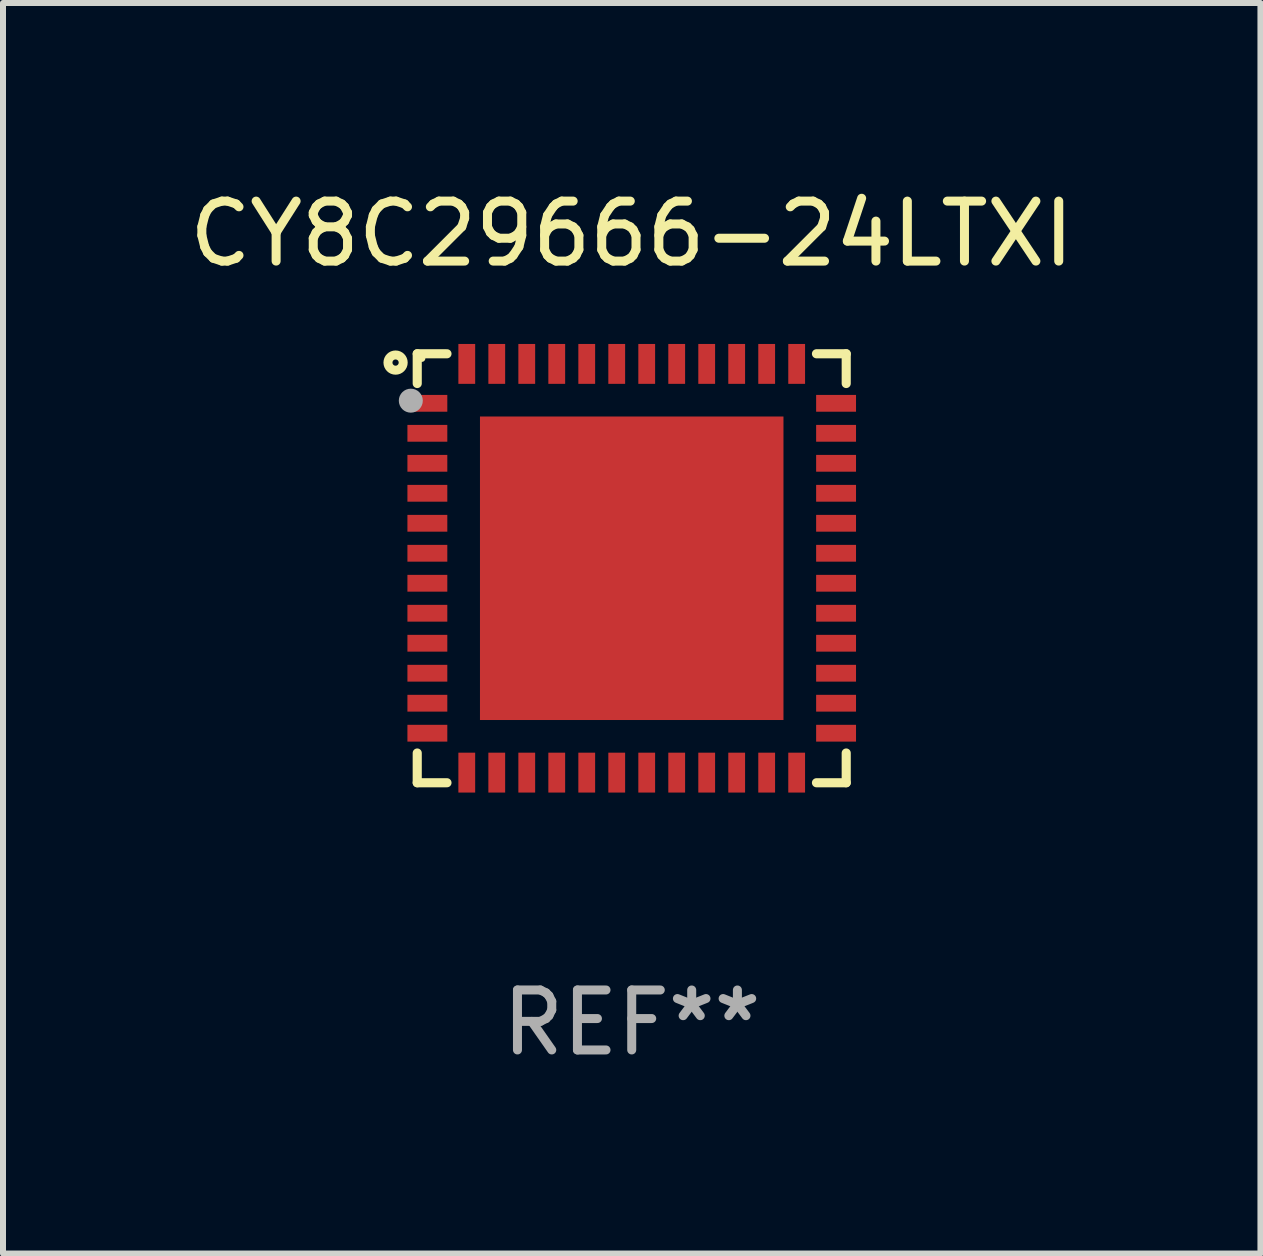
<source format=kicad_pcb>
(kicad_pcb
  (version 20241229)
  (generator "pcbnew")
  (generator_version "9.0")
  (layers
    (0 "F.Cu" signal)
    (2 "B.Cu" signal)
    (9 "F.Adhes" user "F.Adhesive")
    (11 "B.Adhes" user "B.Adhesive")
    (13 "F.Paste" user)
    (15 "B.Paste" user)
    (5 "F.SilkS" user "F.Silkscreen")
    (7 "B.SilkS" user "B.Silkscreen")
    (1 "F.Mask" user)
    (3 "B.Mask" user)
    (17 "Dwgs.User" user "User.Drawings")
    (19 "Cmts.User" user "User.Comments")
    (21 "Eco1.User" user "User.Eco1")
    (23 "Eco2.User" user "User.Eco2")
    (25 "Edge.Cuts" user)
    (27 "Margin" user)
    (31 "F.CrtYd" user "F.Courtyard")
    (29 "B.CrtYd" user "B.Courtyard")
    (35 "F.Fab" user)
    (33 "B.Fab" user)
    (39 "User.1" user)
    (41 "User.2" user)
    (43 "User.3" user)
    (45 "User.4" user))
  (footprint "CY8C29666-24LTXI"
    (layer "F.Cu")
    (at 7.482 6.424)
    (property "Reference" "CY8C29666-24LTXI" (at 0 -5.576 0) (layer "F.SilkS") (effects (font (size 1 1) (thickness 0.15))))
    (attr through_hole)
    (fp_line (start -3.576 -3.576) (end -3.576 -3.08) (stroke (width 0.152) (type solid)) (layer "F.SilkS"))
    (fp_line (start -3.576 3.576) (end -3.576 3.08) (stroke (width 0.152) (type solid)) (layer "F.SilkS"))
    (fp_line (start -3.08 -3.576) (end -3.576 -3.576) (stroke (width 0.152) (type solid)) (layer "F.SilkS"))
    (fp_line (start -3.08 3.576) (end -3.576 3.576) (stroke (width 0.152) (type solid)) (layer "F.SilkS"))
    (fp_line (start 3.08 -3.576) (end 3.576 -3.576) (stroke (width 0.152) (type solid)) (layer "F.SilkS"))
    (fp_line (start 3.08 3.576) (end 3.576 3.576) (stroke (width 0.152) (type solid)) (layer "F.SilkS"))
    (fp_line (start 3.576 -3.576) (end 3.576 -3.08) (stroke (width 0.152) (type solid)) (layer "F.SilkS"))
    (fp_line (start 3.576 3.576) (end 3.576 3.08) (stroke (width 0.152) (type solid)) (layer "F.SilkS"))
    (fp_circle (center -3.937 -3.429) (end -3.81 -3.429) (stroke (width 0.15) (type solid)) (fill no) (layer "F.SilkS"))
    (fp_circle (center -3.5 -3.5) (end -3.47 -3.5) (stroke (width 0.06) (type solid)) (fill no) (layer "F.SilkS"))
    (fp_circle (center -3.683 -2.794) (end -3.583 -2.794) (stroke (width 0.2) (type solid)) (fill no) (layer "F.Fab"))
    (fp_text user "REF**" (at 0 7.576 0) (layer "F.Fab") (effects (font (size 1 1) (thickness 0.15))))
    (pad "1" smd rect (at -3.407 -2.75) (size 0.665 0.28) (layers "F.Cu" "F.Mask" "F.Paste"))
    (pad "2" smd rect (at -3.407 -2.25) (size 0.665 0.28) (layers "F.Cu" "F.Mask" "F.Paste"))
    (pad "3" smd rect (at -3.407 -1.75) (size 0.665 0.28) (layers "F.Cu" "F.Mask" "F.Paste"))
    (pad "4" smd rect (at -3.407 -1.25) (size 0.665 0.28) (layers "F.Cu" "F.Mask" "F.Paste"))
    (pad "5" smd rect (at -3.407 -0.75) (size 0.665 0.28) (layers "F.Cu" "F.Mask" "F.Paste"))
    (pad "6" smd rect (at -3.407 -0.25) (size 0.665 0.28) (layers "F.Cu" "F.Mask" "F.Paste"))
    (pad "7" smd rect (at -3.407 0.25) (size 0.665 0.28) (layers "F.Cu" "F.Mask" "F.Paste"))
    (pad "8" smd rect (at -3.407 0.75) (size 0.665 0.28) (layers "F.Cu" "F.Mask" "F.Paste"))
    (pad "9" smd rect (at -3.407 1.25) (size 0.665 0.28) (layers "F.Cu" "F.Mask" "F.Paste"))
    (pad "10" smd rect (at -3.407 1.75) (size 0.665 0.28) (layers "F.Cu" "F.Mask" "F.Paste"))
    (pad "11" smd rect (at -3.407 2.25) (size 0.665 0.28) (layers "F.Cu" "F.Mask" "F.Paste"))
    (pad "12" smd rect (at -3.407 2.75) (size 0.665 0.28) (layers "F.Cu" "F.Mask" "F.Paste"))
    (pad "13" smd rect (at -2.75 3.407) (size 0.28 0.665) (layers "F.Cu" "F.Mask" "F.Paste"))
    (pad "14" smd rect (at -2.25 3.407) (size 0.28 0.665) (layers "F.Cu" "F.Mask" "F.Paste"))
    (pad "15" smd rect (at -1.75 3.407) (size 0.28 0.665) (layers "F.Cu" "F.Mask" "F.Paste"))
    (pad "16" smd rect (at -1.25 3.407) (size 0.28 0.665) (layers "F.Cu" "F.Mask" "F.Paste"))
    (pad "17" smd rect (at -0.75 3.407) (size 0.28 0.665) (layers "F.Cu" "F.Mask" "F.Paste"))
    (pad "18" smd rect (at -0.25 3.407) (size 0.28 0.665) (layers "F.Cu" "F.Mask" "F.Paste"))
    (pad "19" smd rect (at 0.25 3.407) (size 0.28 0.665) (layers "F.Cu" "F.Mask" "F.Paste"))
    (pad "20" smd rect (at 0.75 3.407) (size 0.28 0.665) (layers "F.Cu" "F.Mask" "F.Paste"))
    (pad "21" smd rect (at 1.25 3.407) (size 0.28 0.665) (layers "F.Cu" "F.Mask" "F.Paste"))
    (pad "22" smd rect (at 1.75 3.407) (size 0.28 0.665) (layers "F.Cu" "F.Mask" "F.Paste"))
    (pad "23" smd rect (at 2.25 3.407) (size 0.28 0.665) (layers "F.Cu" "F.Mask" "F.Paste"))
    (pad "24" smd rect (at 2.75 3.407) (size 0.28 0.665) (layers "F.Cu" "F.Mask" "F.Paste"))
    (pad "25" smd rect (at 3.407 2.75) (size 0.665 0.28) (layers "F.Cu" "F.Mask" "F.Paste"))
    (pad "26" smd rect (at 3.407 2.25) (size 0.665 0.28) (layers "F.Cu" "F.Mask" "F.Paste"))
    (pad "27" smd rect (at 3.407 1.75) (size 0.665 0.28) (layers "F.Cu" "F.Mask" "F.Paste"))
    (pad "28" smd rect (at 3.407 1.25) (size 0.665 0.28) (layers "F.Cu" "F.Mask" "F.Paste"))
    (pad "29" smd rect (at 3.407 0.75) (size 0.665 0.28) (layers "F.Cu" "F.Mask" "F.Paste"))
    (pad "30" smd rect (at 3.407 0.25) (size 0.665 0.28) (layers "F.Cu" "F.Mask" "F.Paste"))
    (pad "31" smd rect (at 3.407 -0.25) (size 0.665 0.28) (layers "F.Cu" "F.Mask" "F.Paste"))
    (pad "32" smd rect (at 3.407 -0.75) (size 0.665 0.28) (layers "F.Cu" "F.Mask" "F.Paste"))
    (pad "33" smd rect (at 3.407 -1.25) (size 0.665 0.28) (layers "F.Cu" "F.Mask" "F.Paste"))
    (pad "34" smd rect (at 3.407 -1.75) (size 0.665 0.28) (layers "F.Cu" "F.Mask" "F.Paste"))
    (pad "35" smd rect (at 3.407 -2.25) (size 0.665 0.28) (layers "F.Cu" "F.Mask" "F.Paste"))
    (pad "36" smd rect (at 3.407 -2.75) (size 0.665 0.28) (layers "F.Cu" "F.Mask" "F.Paste"))
    (pad "37" smd rect (at 2.75 -3.407) (size 0.28 0.665) (layers "F.Cu" "F.Mask" "F.Paste"))
    (pad "38" smd rect (at 2.25 -3.407) (size 0.28 0.665) (layers "F.Cu" "F.Mask" "F.Paste"))
    (pad "39" smd rect (at 1.75 -3.407) (size 0.28 0.665) (layers "F.Cu" "F.Mask" "F.Paste"))
    (pad "40" smd rect (at 1.25 -3.407) (size 0.28 0.665) (layers "F.Cu" "F.Mask" "F.Paste"))
    (pad "41" smd rect (at 0.75 -3.407) (size 0.28 0.665) (layers "F.Cu" "F.Mask" "F.Paste"))
    (pad "42" smd rect (at 0.25 -3.407) (size 0.28 0.665) (layers "F.Cu" "F.Mask" "F.Paste"))
    (pad "43" smd rect (at -0.25 -3.407) (size 0.28 0.665) (layers "F.Cu" "F.Mask" "F.Paste"))
    (pad "44" smd rect (at -0.75 -3.407) (size 0.28 0.665) (layers "F.Cu" "F.Mask" "F.Paste"))
    (pad "45" smd rect (at -1.25 -3.407) (size 0.28 0.665) (layers "F.Cu" "F.Mask" "F.Paste"))
    (pad "46" smd rect (at -1.75 -3.407) (size 0.28 0.665) (layers "F.Cu" "F.Mask" "F.Paste"))
    (pad "47" smd rect (at -2.25 -3.407) (size 0.28 0.665) (layers "F.Cu" "F.Mask" "F.Paste"))
    (pad "48" smd rect (at -2.75 -3.407) (size 0.28 0.665) (layers "F.Cu" "F.Mask" "F.Paste"))
    (pad "49" smd rect (at 0 0) (size 5.06 5.06) (layers "F.Cu" "F.Mask" "F.Paste")))
  (gr_rect
    (start -3 -3)
    (end 17.964 17.849)
    (stroke (width 0.1) (type default))
    (fill no)
    (layer "Edge.Cuts")))
</source>
